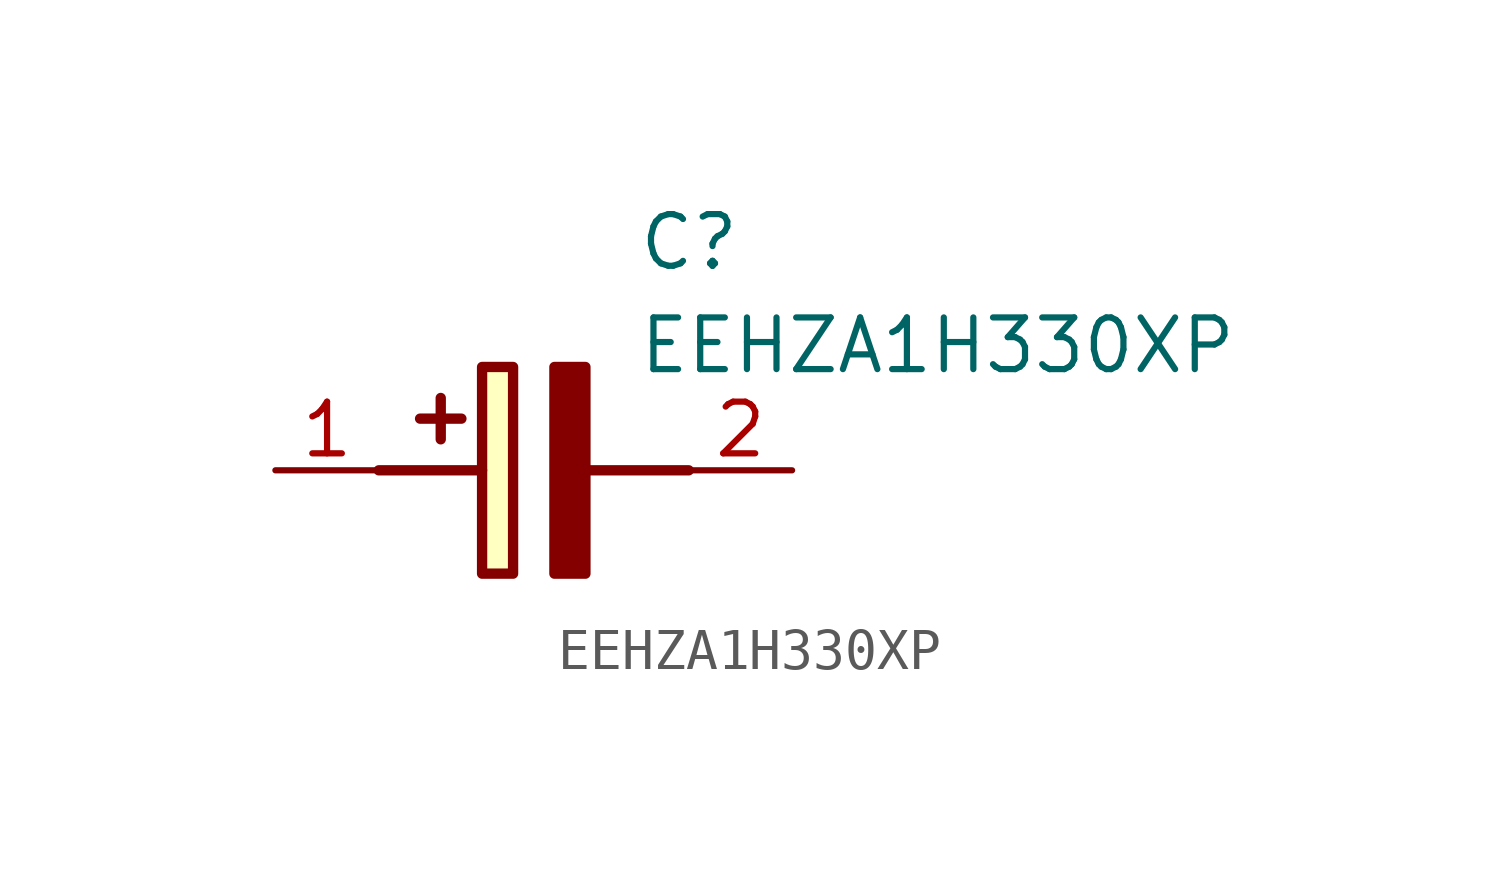
<source format=kicad_sym>
(kicad_symbol_lib
  (version 20211014)
  (generator SamacSys_ECAD_Model)
  (symbol "EEHZA1H330XP"
    (pin_names hide)
    (property "Reference" "C"
      (at 8.89 6.35 0)
      (effects (font (size 1.27 1.27)) (justify left top)))
    (property "Value" "EEHZA1H330XP"
      (at 8.89 3.81 0)
      (effects (font (size 1.27 1.27)) (justify left top)))
    (rectangle
      (start 5.08 2.54)
      (end 5.842 -2.54)
      (stroke (width 0.254) (type default))
      (fill (type background)))
    (polyline
      (pts (xy 4.572 1.27) (xy 3.556 1.27))
      (stroke (width 0.254) (type default))
      (fill (type none)))
    (polyline
      (pts (xy 4.064 1.778) (xy 4.064 0.762))
      (stroke (width 0.254) (type default))
      (fill (type none)))
    (polyline
      (pts (xy 2.54 0) (xy 5.08 0))
      (stroke (width 0.254) (type default))
      (fill (type none)))
    (polyline
      (pts (xy 7.62 0) (xy 10.16 0))
      (stroke (width 0.254) (type default))
      (fill (type none)))
    (polyline
      (pts (xy 7.62 2.54) (xy 7.62 -2.54) (xy 6.858 -2.54) (xy 6.858 2.54) (xy 7.62 2.54))
      (stroke (width 0.254) (type default))
      (fill (type outline)))
    (pin passive line
      (at 0 0 0)
      (length 2.54)
      (name "+" (effects (font (size 1.27 1.27))))
      (number "1" (effects (font (size 1.27 1.27)))))
    (pin passive line
      (at 12.7 0 180)
      (length 2.54)
      (name "-" (effects (font (size 1.27 1.27))))
      (number "2" (effects (font (size 1.27 1.27)))))))
</source>
